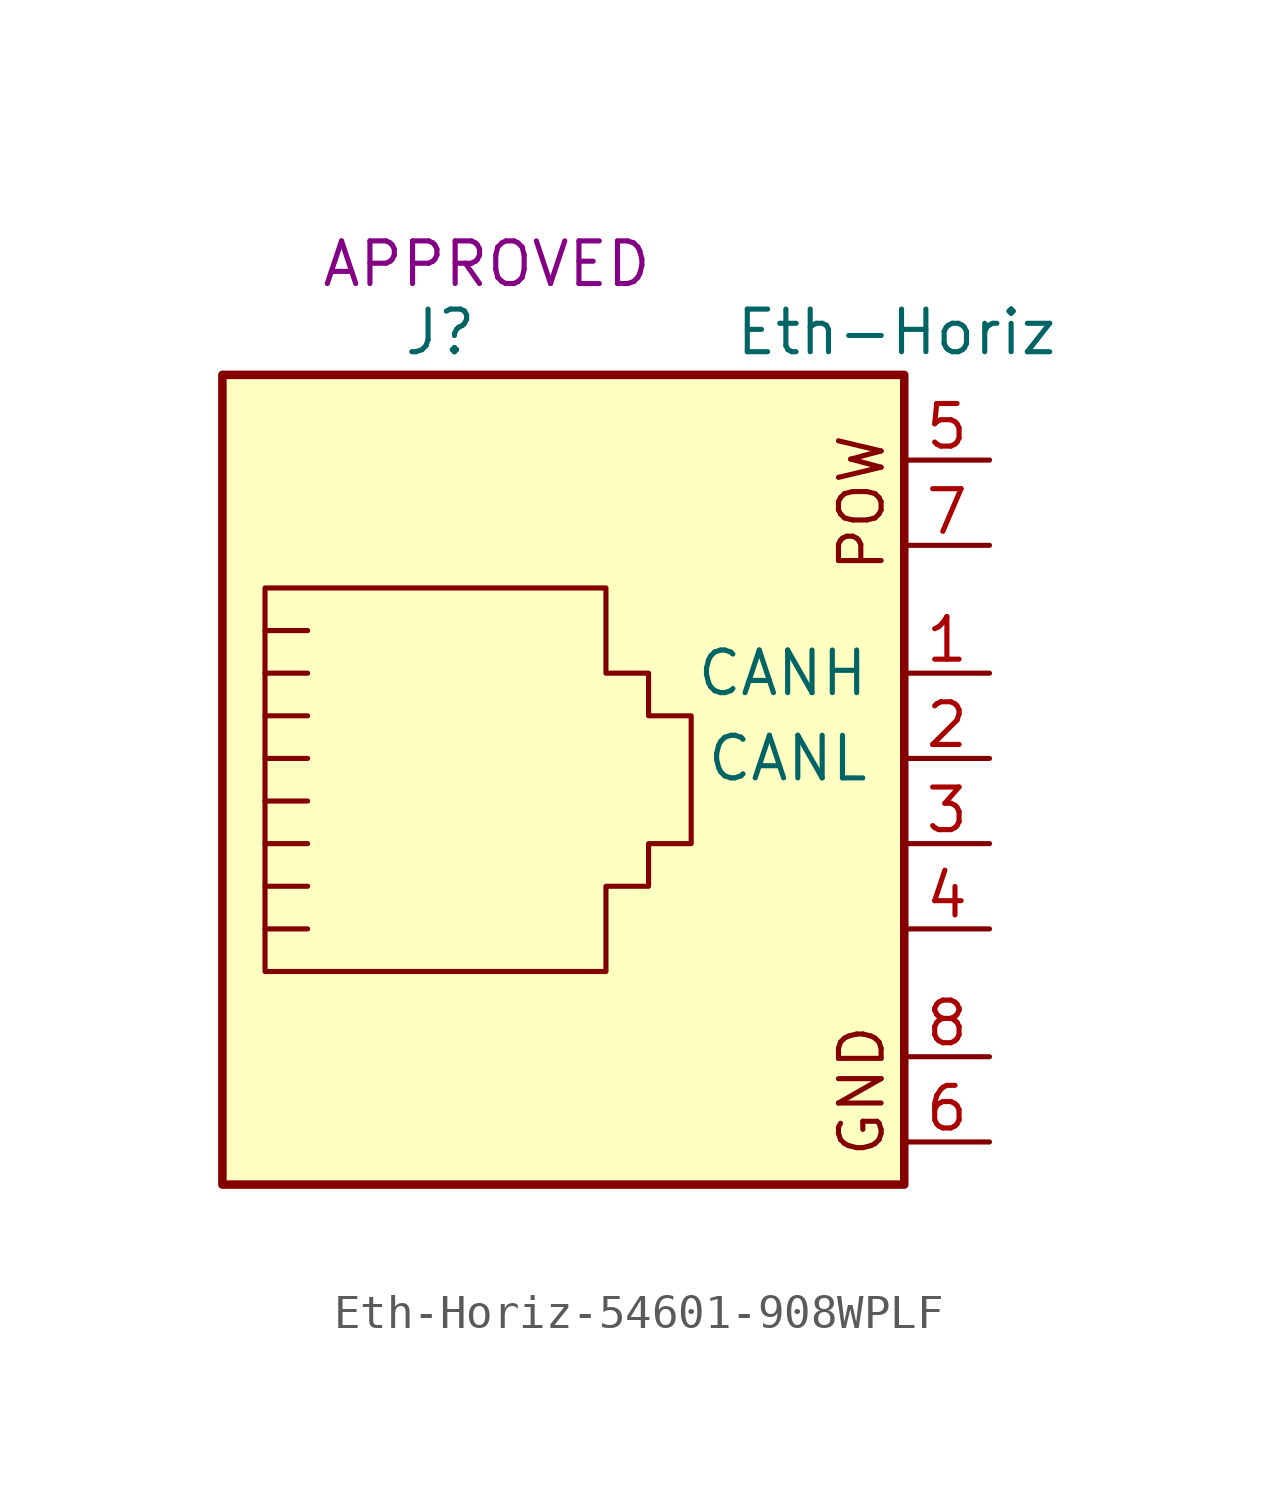
<source format=kicad_sym>
(kicad_symbol_lib
  (version 20231120)
  (generator "kicad_symbol_editor")
  (generator_version "8.0")
  (symbol "Eth-Horiz-54601-908WPLF"
    (pin_names
      (offset 1.016))
    (property "Reference" "J"
      (at -5.08 13.97 0)
      (effects (font (size 1.27 1.27)) (justify right)))
    (property "Value" "Eth-Horiz"
      (at 2.54 13.97 0)
      (effects (font (size 1.27 1.27)) (justify left)))
    (property "STATUS" "APPROVED"
      (at -4.826 16.002 0)
      (effects (font (size 1.27 1.27))))
    (symbol "Eth-Horiz-54601-908WPLF_0_1"
      (rectangle (start -12.7 12.7) (end 7.62 -11.43) (stroke (width 0.254) (type default)) (fill (type background)))
      (polyline (pts (xy -10.16 3.81) (xy -11.43 3.81)) (stroke (width 0) (type default)) (fill (type none)))
      (polyline (pts (xy -10.16 5.08) (xy -11.43 5.08)) (stroke (width 0) (type default)) (fill (type none)))
      (polyline (pts (xy -11.43 -3.81) (xy -10.16 -3.81) (xy -10.16 -3.81)) (stroke (width 0) (type default)) (fill (type none)))
      (polyline (pts (xy -11.43 -2.54) (xy -10.16 -2.54) (xy -10.16 -2.54)) (stroke (width 0) (type default)) (fill (type none)))
      (polyline (pts (xy -11.43 -1.27) (xy -10.16 -1.27) (xy -10.16 -1.27)) (stroke (width 0) (type default)) (fill (type none)))
      (polyline (pts (xy -11.43 0) (xy -10.16 0) (xy -10.16 0)) (stroke (width 0) (type default)) (fill (type none)))
      (polyline (pts (xy -11.43 1.27) (xy -10.16 1.27) (xy -10.16 1.27)) (stroke (width 0) (type default)) (fill (type none)))
      (polyline (pts (xy -10.16 2.54) (xy -11.43 2.54) (xy -11.43 2.54)) (stroke (width 0) (type default)) (fill (type none)))
      (polyline (pts (xy -11.43 -5.08) (xy -11.43 6.35) (xy -1.27 6.35) (xy -1.27 3.81) (xy 0 3.81) (xy 0 2.54) (xy 1.27 2.54) (xy 1.27 -1.27) (xy 0 -1.27) (xy 0 -2.54) (xy -1.27 -2.54) (xy -1.27 -5.08) (xy -11.43 -5.08) (xy -11.43 -5.08)) (stroke (width 0) (type default)) (fill (type none))))
    (symbol "Eth-Horiz-54601-908WPLF_1_1"
      (text "GND" (at 6.35 -8.636 900) (effects (font (size 1.27 1.27))))
      (text "POW" (at 6.35 8.89 900) (effects (font (size 1.27 1.27))))
      (pin passive line (at 10.16 3.81 180) (length 2.54) (name "CANH" (effects (font (size 1.27 1.27)))) (number "1" (effects (font (size 1.27 1.27)))))
      (pin passive line (at 10.16 1.27 180) (length 2.54) (name "CANL" (effects (font (size 1.27 1.27)))) (number "2" (effects (font (size 1.27 1.27)))))
      (pin passive line (at 10.16 -1.27 180) (length 2.54) (name "~" (effects (font (size 1.27 1.27)))) (number "3" (effects (font (size 1.27 1.27)))))
      (pin passive line (at 10.16 -3.81 180) (length 2.54) (name "~" (effects (font (size 1.27 1.27)))) (number "4" (effects (font (size 1.27 1.27)))))
      (pin passive line (at 10.16 10.16 180) (length 2.54) (name "~" (effects (font (size 1.27 1.27)))) (number "5" (effects (font (size 1.27 1.27)))))
      (pin passive line (at 10.16 -10.16 180) (length 2.54) (name "~" (effects (font (size 1.27 1.27)))) (number "6" (effects (font (size 1.27 1.27)))))
      (pin passive line (at 10.16 7.62 180) (length 2.54) (name "~" (effects (font (size 1.27 1.27)))) (number "7" (effects (font (size 1.27 1.27)))))
      (pin passive line (at 10.16 -7.62 180) (length 2.54) (name "~" (effects (font (size 1.27 1.27)))) (number "8" (effects (font (size 1.27 1.27))))))))
</source>
